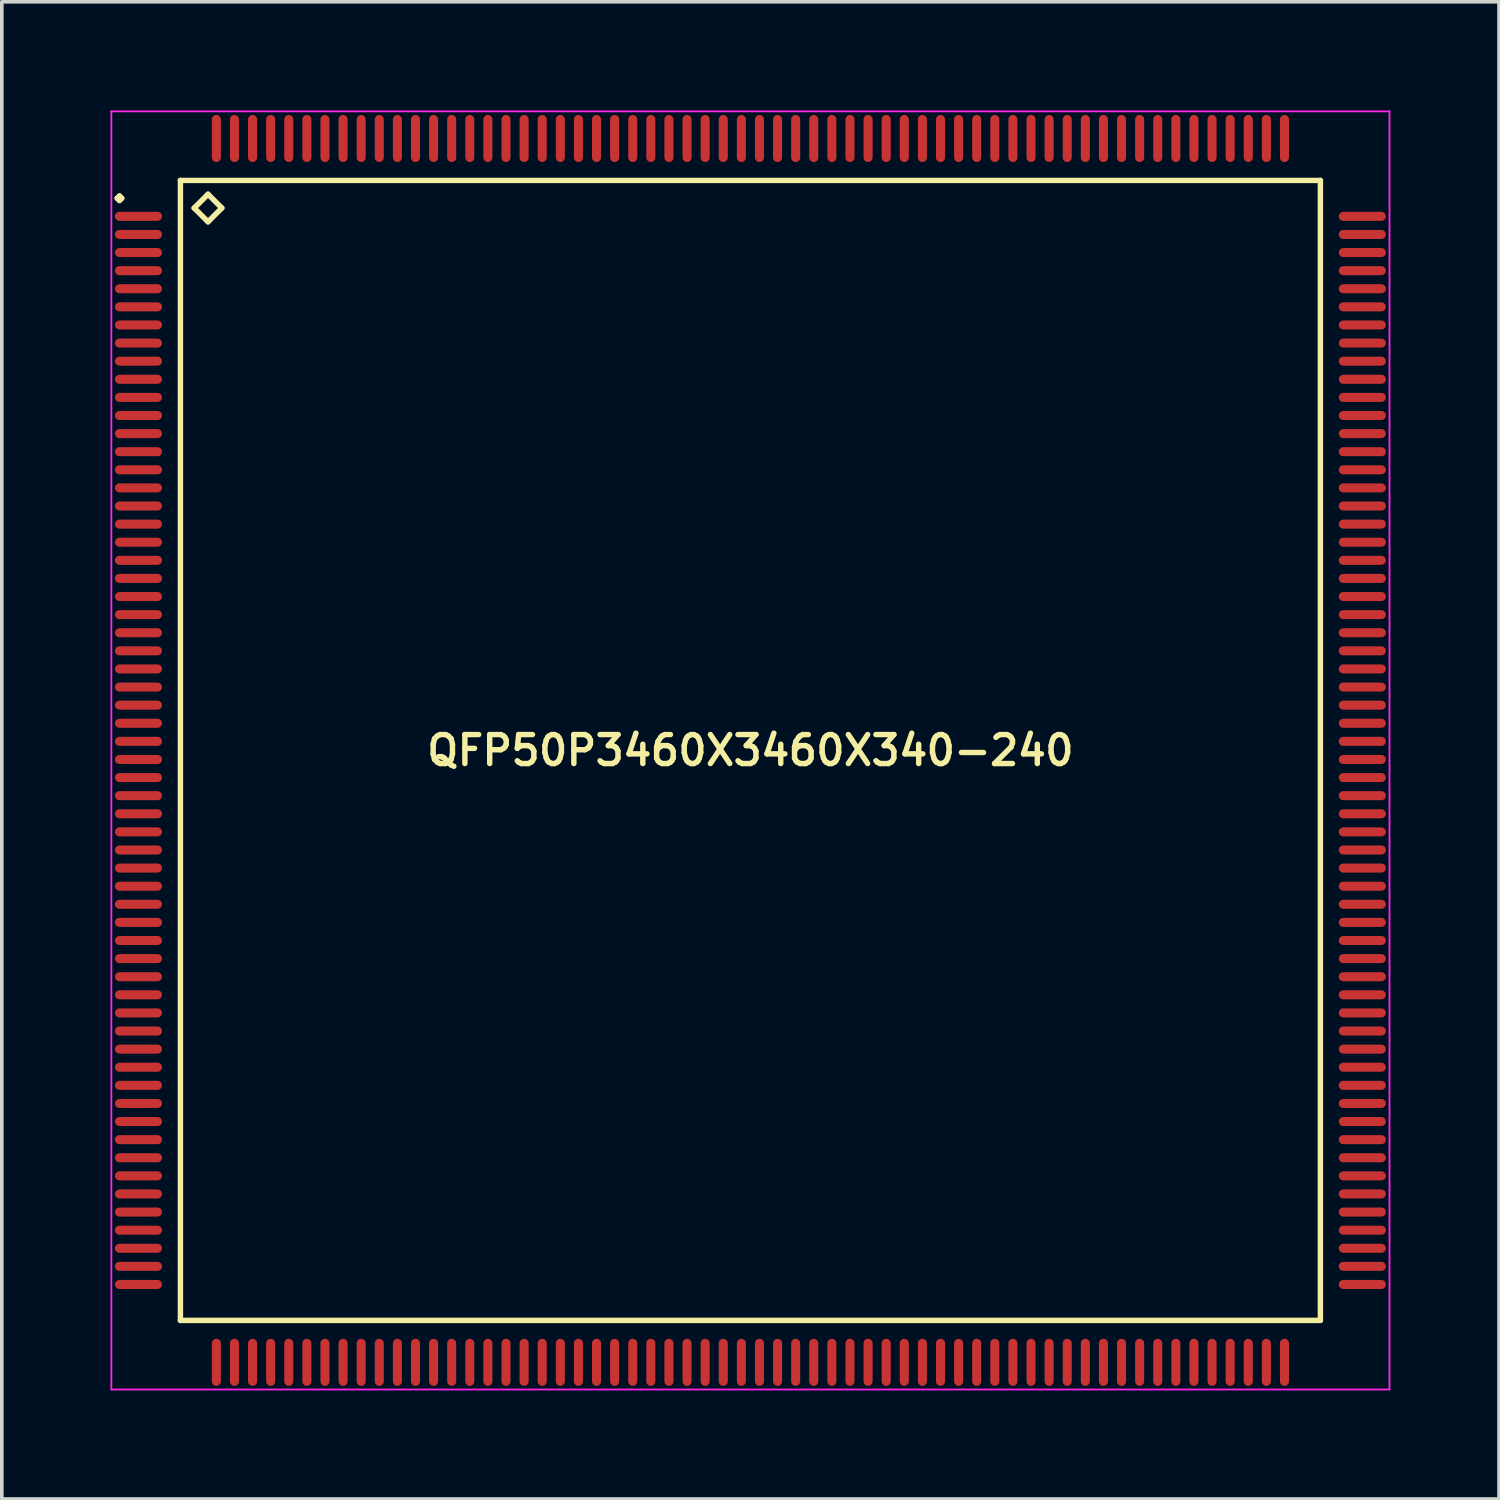
<source format=kicad_pcb>
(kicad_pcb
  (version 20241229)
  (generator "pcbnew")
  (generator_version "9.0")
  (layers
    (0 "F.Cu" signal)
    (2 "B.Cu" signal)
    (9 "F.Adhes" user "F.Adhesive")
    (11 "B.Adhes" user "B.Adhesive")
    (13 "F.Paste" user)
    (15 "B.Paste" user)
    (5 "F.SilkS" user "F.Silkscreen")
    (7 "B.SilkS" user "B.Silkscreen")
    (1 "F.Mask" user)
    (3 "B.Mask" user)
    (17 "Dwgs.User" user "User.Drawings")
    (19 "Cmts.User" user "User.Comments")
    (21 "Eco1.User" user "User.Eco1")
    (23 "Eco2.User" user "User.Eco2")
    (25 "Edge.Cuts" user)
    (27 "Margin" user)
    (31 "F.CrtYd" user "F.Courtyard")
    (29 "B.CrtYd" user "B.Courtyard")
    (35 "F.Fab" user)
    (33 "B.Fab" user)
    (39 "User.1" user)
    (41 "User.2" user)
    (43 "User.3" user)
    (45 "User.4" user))
  (footprint "QFP50P3460X3460X340-240"
    (layer "F.Cu")
    (at 17.675 17.675)
    (property "Reference" "QFP50P3460X3460X340-240" (at 0 0 0) (layer "F.SilkS") (effects (font (size 0.8 0.8) (thickness 0.15))))
    (attr smd)
    (fp_line (start -17.488 -15.25) (end -17.425 -15.312) (stroke (width 0.15) (type solid)) (layer "F.SilkS"))
    (fp_line (start -17.425 -15.312) (end -17.363 -15.25) (stroke (width 0.15) (type solid)) (layer "F.SilkS"))
    (fp_line (start -17.425 -15.188) (end -17.488 -15.25) (stroke (width 0.15) (type solid)) (layer "F.SilkS"))
    (fp_line (start -17.363 -15.25) (end -17.425 -15.188) (stroke (width 0.15) (type solid)) (layer "F.SilkS"))
    (fp_line (start -15.742 -15.742) (end -15.742 15.742) (stroke (width 0.15) (type solid)) (layer "F.SilkS"))
    (fp_line (start -15.742 15.742) (end 15.742 15.742) (stroke (width 0.15) (type solid)) (layer "F.SilkS"))
    (fp_line (start -15.361 -14.98) (end -14.98 -15.361) (stroke (width 0.15) (type solid)) (layer "F.SilkS"))
    (fp_line (start -14.98 -15.361) (end -14.599 -14.98) (stroke (width 0.15) (type solid)) (layer "F.SilkS"))
    (fp_line (start -14.98 -14.599) (end -15.361 -14.98) (stroke (width 0.15) (type solid)) (layer "F.SilkS"))
    (fp_line (start -14.599 -14.98) (end -14.98 -14.599) (stroke (width 0.15) (type solid)) (layer "F.SilkS"))
    (fp_line (start 15.742 -15.742) (end -15.742 -15.742) (stroke (width 0.15) (type solid)) (layer "F.SilkS"))
    (fp_line (start 15.742 15.742) (end 15.742 -15.742) (stroke (width 0.15) (type solid)) (layer "F.SilkS"))
    (fp_line (start -17.65 -17.65) (end 17.65 -17.65) (stroke (width 0.05) (type solid)) (layer "F.CrtYd"))
    (fp_line (start -17.65 17.65) (end -17.65 -17.65) (stroke (width 0.05) (type solid)) (layer "F.CrtYd"))
    (fp_line (start 17.65 -17.65) (end 17.65 17.65) (stroke (width 0.05) (type solid)) (layer "F.CrtYd"))
    (fp_line (start 17.65 17.65) (end -17.65 17.65) (stroke (width 0.05) (type solid)) (layer "F.CrtYd"))
    (pad "1" smd oval (at -16.9 -14.75) (size 1.3 0.25) (layers "F.Cu" "F.Mask" "F.Paste"))
    (pad "2" smd oval (at -16.9 -14.25) (size 1.3 0.25) (layers "F.Cu" "F.Mask" "F.Paste"))
    (pad "3" smd oval (at -16.9 -13.75) (size 1.3 0.25) (layers "F.Cu" "F.Mask" "F.Paste"))
    (pad "4" smd oval (at -16.9 -13.25) (size 1.3 0.25) (layers "F.Cu" "F.Mask" "F.Paste"))
    (pad "5" smd oval (at -16.9 -12.75) (size 1.3 0.25) (layers "F.Cu" "F.Mask" "F.Paste"))
    (pad "6" smd oval (at -16.9 -12.25) (size 1.3 0.25) (layers "F.Cu" "F.Mask" "F.Paste"))
    (pad "7" smd oval (at -16.9 -11.75) (size 1.3 0.25) (layers "F.Cu" "F.Mask" "F.Paste"))
    (pad "8" smd oval (at -16.9 -11.25) (size 1.3 0.25) (layers "F.Cu" "F.Mask" "F.Paste"))
    (pad "9" smd oval (at -16.9 -10.75) (size 1.3 0.25) (layers "F.Cu" "F.Mask" "F.Paste"))
    (pad "10" smd oval (at -16.9 -10.25) (size 1.3 0.25) (layers "F.Cu" "F.Mask" "F.Paste"))
    (pad "11" smd oval (at -16.9 -9.75) (size 1.3 0.25) (layers "F.Cu" "F.Mask" "F.Paste"))
    (pad "12" smd oval (at -16.9 -9.25) (size 1.3 0.25) (layers "F.Cu" "F.Mask" "F.Paste"))
    (pad "13" smd oval (at -16.9 -8.75) (size 1.3 0.25) (layers "F.Cu" "F.Mask" "F.Paste"))
    (pad "14" smd oval (at -16.9 -8.25) (size 1.3 0.25) (layers "F.Cu" "F.Mask" "F.Paste"))
    (pad "15" smd oval (at -16.9 -7.75) (size 1.3 0.25) (layers "F.Cu" "F.Mask" "F.Paste"))
    (pad "16" smd oval (at -16.9 -7.25) (size 1.3 0.25) (layers "F.Cu" "F.Mask" "F.Paste"))
    (pad "17" smd oval (at -16.9 -6.75) (size 1.3 0.25) (layers "F.Cu" "F.Mask" "F.Paste"))
    (pad "18" smd oval (at -16.9 -6.25) (size 1.3 0.25) (layers "F.Cu" "F.Mask" "F.Paste"))
    (pad "19" smd oval (at -16.9 -5.75) (size 1.3 0.25) (layers "F.Cu" "F.Mask" "F.Paste"))
    (pad "20" smd oval (at -16.9 -5.25) (size 1.3 0.25) (layers "F.Cu" "F.Mask" "F.Paste"))
    (pad "21" smd oval (at -16.9 -4.75) (size 1.3 0.25) (layers "F.Cu" "F.Mask" "F.Paste"))
    (pad "22" smd oval (at -16.9 -4.25) (size 1.3 0.25) (layers "F.Cu" "F.Mask" "F.Paste"))
    (pad "23" smd oval (at -16.9 -3.75) (size 1.3 0.25) (layers "F.Cu" "F.Mask" "F.Paste"))
    (pad "24" smd oval (at -16.9 -3.25) (size 1.3 0.25) (layers "F.Cu" "F.Mask" "F.Paste"))
    (pad "25" smd oval (at -16.9 -2.75) (size 1.3 0.25) (layers "F.Cu" "F.Mask" "F.Paste"))
    (pad "26" smd oval (at -16.9 -2.25) (size 1.3 0.25) (layers "F.Cu" "F.Mask" "F.Paste"))
    (pad "27" smd oval (at -16.9 -1.75) (size 1.3 0.25) (layers "F.Cu" "F.Mask" "F.Paste"))
    (pad "28" smd oval (at -16.9 -1.25) (size 1.3 0.25) (layers "F.Cu" "F.Mask" "F.Paste"))
    (pad "29" smd oval (at -16.9 -0.75) (size 1.3 0.25) (layers "F.Cu" "F.Mask" "F.Paste"))
    (pad "30" smd oval (at -16.9 -0.25) (size 1.3 0.25) (layers "F.Cu" "F.Mask" "F.Paste"))
    (pad "31" smd oval (at -16.9 0.25) (size 1.3 0.25) (layers "F.Cu" "F.Mask" "F.Paste"))
    (pad "32" smd oval (at -16.9 0.75) (size 1.3 0.25) (layers "F.Cu" "F.Mask" "F.Paste"))
    (pad "33" smd oval (at -16.9 1.25) (size 1.3 0.25) (layers "F.Cu" "F.Mask" "F.Paste"))
    (pad "34" smd oval (at -16.9 1.75) (size 1.3 0.25) (layers "F.Cu" "F.Mask" "F.Paste"))
    (pad "35" smd oval (at -16.9 2.25) (size 1.3 0.25) (layers "F.Cu" "F.Mask" "F.Paste"))
    (pad "36" smd oval (at -16.9 2.75) (size 1.3 0.25) (layers "F.Cu" "F.Mask" "F.Paste"))
    (pad "37" smd oval (at -16.9 3.25) (size 1.3 0.25) (layers "F.Cu" "F.Mask" "F.Paste"))
    (pad "38" smd oval (at -16.9 3.75) (size 1.3 0.25) (layers "F.Cu" "F.Mask" "F.Paste"))
    (pad "39" smd oval (at -16.9 4.25) (size 1.3 0.25) (layers "F.Cu" "F.Mask" "F.Paste"))
    (pad "40" smd oval (at -16.9 4.75) (size 1.3 0.25) (layers "F.Cu" "F.Mask" "F.Paste"))
    (pad "41" smd oval (at -16.9 5.25) (size 1.3 0.25) (layers "F.Cu" "F.Mask" "F.Paste"))
    (pad "42" smd oval (at -16.9 5.75) (size 1.3 0.25) (layers "F.Cu" "F.Mask" "F.Paste"))
    (pad "43" smd oval (at -16.9 6.25) (size 1.3 0.25) (layers "F.Cu" "F.Mask" "F.Paste"))
    (pad "44" smd oval (at -16.9 6.75) (size 1.3 0.25) (layers "F.Cu" "F.Mask" "F.Paste"))
    (pad "45" smd oval (at -16.9 7.25) (size 1.3 0.25) (layers "F.Cu" "F.Mask" "F.Paste"))
    (pad "46" smd oval (at -16.9 7.75) (size 1.3 0.25) (layers "F.Cu" "F.Mask" "F.Paste"))
    (pad "47" smd oval (at -16.9 8.25) (size 1.3 0.25) (layers "F.Cu" "F.Mask" "F.Paste"))
    (pad "48" smd oval (at -16.9 8.75) (size 1.3 0.25) (layers "F.Cu" "F.Mask" "F.Paste"))
    (pad "49" smd oval (at -16.9 9.25) (size 1.3 0.25) (layers "F.Cu" "F.Mask" "F.Paste"))
    (pad "50" smd oval (at -16.9 9.75) (size 1.3 0.25) (layers "F.Cu" "F.Mask" "F.Paste"))
    (pad "51" smd oval (at -16.9 10.25) (size 1.3 0.25) (layers "F.Cu" "F.Mask" "F.Paste"))
    (pad "52" smd oval (at -16.9 10.75) (size 1.3 0.25) (layers "F.Cu" "F.Mask" "F.Paste"))
    (pad "53" smd oval (at -16.9 11.25) (size 1.3 0.25) (layers "F.Cu" "F.Mask" "F.Paste"))
    (pad "54" smd oval (at -16.9 11.75) (size 1.3 0.25) (layers "F.Cu" "F.Mask" "F.Paste"))
    (pad "55" smd oval (at -16.9 12.25) (size 1.3 0.25) (layers "F.Cu" "F.Mask" "F.Paste"))
    (pad "56" smd oval (at -16.9 12.75) (size 1.3 0.25) (layers "F.Cu" "F.Mask" "F.Paste"))
    (pad "57" smd oval (at -16.9 13.25) (size 1.3 0.25) (layers "F.Cu" "F.Mask" "F.Paste"))
    (pad "58" smd oval (at -16.9 13.75) (size 1.3 0.25) (layers "F.Cu" "F.Mask" "F.Paste"))
    (pad "59" smd oval (at -16.9 14.25) (size 1.3 0.25) (layers "F.Cu" "F.Mask" "F.Paste"))
    (pad "60" smd oval (at -16.9 14.75) (size 1.3 0.25) (layers "F.Cu" "F.Mask" "F.Paste"))
    (pad "61" smd oval (at -14.75 16.9) (size 0.25 1.3) (layers "F.Cu" "F.Mask" "F.Paste"))
    (pad "62" smd oval (at -14.25 16.9) (size 0.25 1.3) (layers "F.Cu" "F.Mask" "F.Paste"))
    (pad "63" smd oval (at -13.75 16.9) (size 0.25 1.3) (layers "F.Cu" "F.Mask" "F.Paste"))
    (pad "64" smd oval (at -13.25 16.9) (size 0.25 1.3) (layers "F.Cu" "F.Mask" "F.Paste"))
    (pad "65" smd oval (at -12.75 16.9) (size 0.25 1.3) (layers "F.Cu" "F.Mask" "F.Paste"))
    (pad "66" smd oval (at -12.25 16.9) (size 0.25 1.3) (layers "F.Cu" "F.Mask" "F.Paste"))
    (pad "67" smd oval (at -11.75 16.9) (size 0.25 1.3) (layers "F.Cu" "F.Mask" "F.Paste"))
    (pad "68" smd oval (at -11.25 16.9) (size 0.25 1.3) (layers "F.Cu" "F.Mask" "F.Paste"))
    (pad "69" smd oval (at -10.75 16.9) (size 0.25 1.3) (layers "F.Cu" "F.Mask" "F.Paste"))
    (pad "70" smd oval (at -10.25 16.9) (size 0.25 1.3) (layers "F.Cu" "F.Mask" "F.Paste"))
    (pad "71" smd oval (at -9.75 16.9) (size 0.25 1.3) (layers "F.Cu" "F.Mask" "F.Paste"))
    (pad "72" smd oval (at -9.25 16.9) (size 0.25 1.3) (layers "F.Cu" "F.Mask" "F.Paste"))
    (pad "73" smd oval (at -8.75 16.9) (size 0.25 1.3) (layers "F.Cu" "F.Mask" "F.Paste"))
    (pad "74" smd oval (at -8.25 16.9) (size 0.25 1.3) (layers "F.Cu" "F.Mask" "F.Paste"))
    (pad "75" smd oval (at -7.75 16.9) (size 0.25 1.3) (layers "F.Cu" "F.Mask" "F.Paste"))
    (pad "76" smd oval (at -7.25 16.9) (size 0.25 1.3) (layers "F.Cu" "F.Mask" "F.Paste"))
    (pad "77" smd oval (at -6.75 16.9) (size 0.25 1.3) (layers "F.Cu" "F.Mask" "F.Paste"))
    (pad "78" smd oval (at -6.25 16.9) (size 0.25 1.3) (layers "F.Cu" "F.Mask" "F.Paste"))
    (pad "79" smd oval (at -5.75 16.9) (size 0.25 1.3) (layers "F.Cu" "F.Mask" "F.Paste"))
    (pad "80" smd oval (at -5.25 16.9) (size 0.25 1.3) (layers "F.Cu" "F.Mask" "F.Paste"))
    (pad "81" smd oval (at -4.75 16.9) (size 0.25 1.3) (layers "F.Cu" "F.Mask" "F.Paste"))
    (pad "82" smd oval (at -4.25 16.9) (size 0.25 1.3) (layers "F.Cu" "F.Mask" "F.Paste"))
    (pad "83" smd oval (at -3.75 16.9) (size 0.25 1.3) (layers "F.Cu" "F.Mask" "F.Paste"))
    (pad "84" smd oval (at -3.25 16.9) (size 0.25 1.3) (layers "F.Cu" "F.Mask" "F.Paste"))
    (pad "85" smd oval (at -2.75 16.9) (size 0.25 1.3) (layers "F.Cu" "F.Mask" "F.Paste"))
    (pad "86" smd oval (at -2.25 16.9) (size 0.25 1.3) (layers "F.Cu" "F.Mask" "F.Paste"))
    (pad "87" smd oval (at -1.75 16.9) (size 0.25 1.3) (layers "F.Cu" "F.Mask" "F.Paste"))
    (pad "88" smd oval (at -1.25 16.9) (size 0.25 1.3) (layers "F.Cu" "F.Mask" "F.Paste"))
    (pad "89" smd oval (at -0.75 16.9) (size 0.25 1.3) (layers "F.Cu" "F.Mask" "F.Paste"))
    (pad "90" smd oval (at -0.25 16.9) (size 0.25 1.3) (layers "F.Cu" "F.Mask" "F.Paste"))
    (pad "91" smd oval (at 0.25 16.9) (size 0.25 1.3) (layers "F.Cu" "F.Mask" "F.Paste"))
    (pad "92" smd oval (at 0.75 16.9) (size 0.25 1.3) (layers "F.Cu" "F.Mask" "F.Paste"))
    (pad "93" smd oval (at 1.25 16.9) (size 0.25 1.3) (layers "F.Cu" "F.Mask" "F.Paste"))
    (pad "94" smd oval (at 1.75 16.9) (size 0.25 1.3) (layers "F.Cu" "F.Mask" "F.Paste"))
    (pad "95" smd oval (at 2.25 16.9) (size 0.25 1.3) (layers "F.Cu" "F.Mask" "F.Paste"))
    (pad "96" smd oval (at 2.75 16.9) (size 0.25 1.3) (layers "F.Cu" "F.Mask" "F.Paste"))
    (pad "97" smd oval (at 3.25 16.9) (size 0.25 1.3) (layers "F.Cu" "F.Mask" "F.Paste"))
    (pad "98" smd oval (at 3.75 16.9) (size 0.25 1.3) (layers "F.Cu" "F.Mask" "F.Paste"))
    (pad "99" smd oval (at 4.25 16.9) (size 0.25 1.3) (layers "F.Cu" "F.Mask" "F.Paste"))
    (pad "100" smd oval (at 4.75 16.9) (size 0.25 1.3) (layers "F.Cu" "F.Mask" "F.Paste"))
    (pad "101" smd oval (at 5.25 16.9) (size 0.25 1.3) (layers "F.Cu" "F.Mask" "F.Paste"))
    (pad "102" smd oval (at 5.75 16.9) (size 0.25 1.3) (layers "F.Cu" "F.Mask" "F.Paste"))
    (pad "103" smd oval (at 6.25 16.9) (size 0.25 1.3) (layers "F.Cu" "F.Mask" "F.Paste"))
    (pad "104" smd oval (at 6.75 16.9) (size 0.25 1.3) (layers "F.Cu" "F.Mask" "F.Paste"))
    (pad "105" smd oval (at 7.25 16.9) (size 0.25 1.3) (layers "F.Cu" "F.Mask" "F.Paste"))
    (pad "106" smd oval (at 7.75 16.9) (size 0.25 1.3) (layers "F.Cu" "F.Mask" "F.Paste"))
    (pad "107" smd oval (at 8.25 16.9) (size 0.25 1.3) (layers "F.Cu" "F.Mask" "F.Paste"))
    (pad "108" smd oval (at 8.75 16.9) (size 0.25 1.3) (layers "F.Cu" "F.Mask" "F.Paste"))
    (pad "109" smd oval (at 9.25 16.9) (size 0.25 1.3) (layers "F.Cu" "F.Mask" "F.Paste"))
    (pad "110" smd oval (at 9.75 16.9) (size 0.25 1.3) (layers "F.Cu" "F.Mask" "F.Paste"))
    (pad "111" smd oval (at 10.25 16.9) (size 0.25 1.3) (layers "F.Cu" "F.Mask" "F.Paste"))
    (pad "112" smd oval (at 10.75 16.9) (size 0.25 1.3) (layers "F.Cu" "F.Mask" "F.Paste"))
    (pad "113" smd oval (at 11.25 16.9) (size 0.25 1.3) (layers "F.Cu" "F.Mask" "F.Paste"))
    (pad "114" smd oval (at 11.75 16.9) (size 0.25 1.3) (layers "F.Cu" "F.Mask" "F.Paste"))
    (pad "115" smd oval (at 12.25 16.9) (size 0.25 1.3) (layers "F.Cu" "F.Mask" "F.Paste"))
    (pad "116" smd oval (at 12.75 16.9) (size 0.25 1.3) (layers "F.Cu" "F.Mask" "F.Paste"))
    (pad "117" smd oval (at 13.25 16.9) (size 0.25 1.3) (layers "F.Cu" "F.Mask" "F.Paste"))
    (pad "118" smd oval (at 13.75 16.9) (size 0.25 1.3) (layers "F.Cu" "F.Mask" "F.Paste"))
    (pad "119" smd oval (at 14.25 16.9) (size 0.25 1.3) (layers "F.Cu" "F.Mask" "F.Paste"))
    (pad "120" smd oval (at 14.75 16.9) (size 0.25 1.3) (layers "F.Cu" "F.Mask" "F.Paste"))
    (pad "121" smd oval (at 16.9 14.75) (size 1.3 0.25) (layers "F.Cu" "F.Mask" "F.Paste"))
    (pad "122" smd oval (at 16.9 14.25) (size 1.3 0.25) (layers "F.Cu" "F.Mask" "F.Paste"))
    (pad "123" smd oval (at 16.9 13.75) (size 1.3 0.25) (layers "F.Cu" "F.Mask" "F.Paste"))
    (pad "124" smd oval (at 16.9 13.25) (size 1.3 0.25) (layers "F.Cu" "F.Mask" "F.Paste"))
    (pad "125" smd oval (at 16.9 12.75) (size 1.3 0.25) (layers "F.Cu" "F.Mask" "F.Paste"))
    (pad "126" smd oval (at 16.9 12.25) (size 1.3 0.25) (layers "F.Cu" "F.Mask" "F.Paste"))
    (pad "127" smd oval (at 16.9 11.75) (size 1.3 0.25) (layers "F.Cu" "F.Mask" "F.Paste"))
    (pad "128" smd oval (at 16.9 11.25) (size 1.3 0.25) (layers "F.Cu" "F.Mask" "F.Paste"))
    (pad "129" smd oval (at 16.9 10.75) (size 1.3 0.25) (layers "F.Cu" "F.Mask" "F.Paste"))
    (pad "130" smd oval (at 16.9 10.25) (size 1.3 0.25) (layers "F.Cu" "F.Mask" "F.Paste"))
    (pad "131" smd oval (at 16.9 9.75) (size 1.3 0.25) (layers "F.Cu" "F.Mask" "F.Paste"))
    (pad "132" smd oval (at 16.9 9.25) (size 1.3 0.25) (layers "F.Cu" "F.Mask" "F.Paste"))
    (pad "133" smd oval (at 16.9 8.75) (size 1.3 0.25) (layers "F.Cu" "F.Mask" "F.Paste"))
    (pad "134" smd oval (at 16.9 8.25) (size 1.3 0.25) (layers "F.Cu" "F.Mask" "F.Paste"))
    (pad "135" smd oval (at 16.9 7.75) (size 1.3 0.25) (layers "F.Cu" "F.Mask" "F.Paste"))
    (pad "136" smd oval (at 16.9 7.25) (size 1.3 0.25) (layers "F.Cu" "F.Mask" "F.Paste"))
    (pad "137" smd oval (at 16.9 6.75) (size 1.3 0.25) (layers "F.Cu" "F.Mask" "F.Paste"))
    (pad "138" smd oval (at 16.9 6.25) (size 1.3 0.25) (layers "F.Cu" "F.Mask" "F.Paste"))
    (pad "139" smd oval (at 16.9 5.75) (size 1.3 0.25) (layers "F.Cu" "F.Mask" "F.Paste"))
    (pad "140" smd oval (at 16.9 5.25) (size 1.3 0.25) (layers "F.Cu" "F.Mask" "F.Paste"))
    (pad "141" smd oval (at 16.9 4.75) (size 1.3 0.25) (layers "F.Cu" "F.Mask" "F.Paste"))
    (pad "142" smd oval (at 16.9 4.25) (size 1.3 0.25) (layers "F.Cu" "F.Mask" "F.Paste"))
    (pad "143" smd oval (at 16.9 3.75) (size 1.3 0.25) (layers "F.Cu" "F.Mask" "F.Paste"))
    (pad "144" smd oval (at 16.9 3.25) (size 1.3 0.25) (layers "F.Cu" "F.Mask" "F.Paste"))
    (pad "145" smd oval (at 16.9 2.75) (size 1.3 0.25) (layers "F.Cu" "F.Mask" "F.Paste"))
    (pad "146" smd oval (at 16.9 2.25) (size 1.3 0.25) (layers "F.Cu" "F.Mask" "F.Paste"))
    (pad "147" smd oval (at 16.9 1.75) (size 1.3 0.25) (layers "F.Cu" "F.Mask" "F.Paste"))
    (pad "148" smd oval (at 16.9 1.25) (size 1.3 0.25) (layers "F.Cu" "F.Mask" "F.Paste"))
    (pad "149" smd oval (at 16.9 0.75) (size 1.3 0.25) (layers "F.Cu" "F.Mask" "F.Paste"))
    (pad "150" smd oval (at 16.9 0.25) (size 1.3 0.25) (layers "F.Cu" "F.Mask" "F.Paste"))
    (pad "151" smd oval (at 16.9 -0.25) (size 1.3 0.25) (layers "F.Cu" "F.Mask" "F.Paste"))
    (pad "152" smd oval (at 16.9 -0.75) (size 1.3 0.25) (layers "F.Cu" "F.Mask" "F.Paste"))
    (pad "153" smd oval (at 16.9 -1.25) (size 1.3 0.25) (layers "F.Cu" "F.Mask" "F.Paste"))
    (pad "154" smd oval (at 16.9 -1.75) (size 1.3 0.25) (layers "F.Cu" "F.Mask" "F.Paste"))
    (pad "155" smd oval (at 16.9 -2.25) (size 1.3 0.25) (layers "F.Cu" "F.Mask" "F.Paste"))
    (pad "156" smd oval (at 16.9 -2.75) (size 1.3 0.25) (layers "F.Cu" "F.Mask" "F.Paste"))
    (pad "157" smd oval (at 16.9 -3.25) (size 1.3 0.25) (layers "F.Cu" "F.Mask" "F.Paste"))
    (pad "158" smd oval (at 16.9 -3.75) (size 1.3 0.25) (layers "F.Cu" "F.Mask" "F.Paste"))
    (pad "159" smd oval (at 16.9 -4.25) (size 1.3 0.25) (layers "F.Cu" "F.Mask" "F.Paste"))
    (pad "160" smd oval (at 16.9 -4.75) (size 1.3 0.25) (layers "F.Cu" "F.Mask" "F.Paste"))
    (pad "161" smd oval (at 16.9 -5.25) (size 1.3 0.25) (layers "F.Cu" "F.Mask" "F.Paste"))
    (pad "162" smd oval (at 16.9 -5.75) (size 1.3 0.25) (layers "F.Cu" "F.Mask" "F.Paste"))
    (pad "163" smd oval (at 16.9 -6.25) (size 1.3 0.25) (layers "F.Cu" "F.Mask" "F.Paste"))
    (pad "164" smd oval (at 16.9 -6.75) (size 1.3 0.25) (layers "F.Cu" "F.Mask" "F.Paste"))
    (pad "165" smd oval (at 16.9 -7.25) (size 1.3 0.25) (layers "F.Cu" "F.Mask" "F.Paste"))
    (pad "166" smd oval (at 16.9 -7.75) (size 1.3 0.25) (layers "F.Cu" "F.Mask" "F.Paste"))
    (pad "167" smd oval (at 16.9 -8.25) (size 1.3 0.25) (layers "F.Cu" "F.Mask" "F.Paste"))
    (pad "168" smd oval (at 16.9 -8.75) (size 1.3 0.25) (layers "F.Cu" "F.Mask" "F.Paste"))
    (pad "169" smd oval (at 16.9 -9.25) (size 1.3 0.25) (layers "F.Cu" "F.Mask" "F.Paste"))
    (pad "170" smd oval (at 16.9 -9.75) (size 1.3 0.25) (layers "F.Cu" "F.Mask" "F.Paste"))
    (pad "171" smd oval (at 16.9 -10.25) (size 1.3 0.25) (layers "F.Cu" "F.Mask" "F.Paste"))
    (pad "172" smd oval (at 16.9 -10.75) (size 1.3 0.25) (layers "F.Cu" "F.Mask" "F.Paste"))
    (pad "173" smd oval (at 16.9 -11.25) (size 1.3 0.25) (layers "F.Cu" "F.Mask" "F.Paste"))
    (pad "174" smd oval (at 16.9 -11.75) (size 1.3 0.25) (layers "F.Cu" "F.Mask" "F.Paste"))
    (pad "175" smd oval (at 16.9 -12.25) (size 1.3 0.25) (layers "F.Cu" "F.Mask" "F.Paste"))
    (pad "176" smd oval (at 16.9 -12.75) (size 1.3 0.25) (layers "F.Cu" "F.Mask" "F.Paste"))
    (pad "177" smd oval (at 16.9 -13.25) (size 1.3 0.25) (layers "F.Cu" "F.Mask" "F.Paste"))
    (pad "178" smd oval (at 16.9 -13.75) (size 1.3 0.25) (layers "F.Cu" "F.Mask" "F.Paste"))
    (pad "179" smd oval (at 16.9 -14.25) (size 1.3 0.25) (layers "F.Cu" "F.Mask" "F.Paste"))
    (pad "180" smd oval (at 16.9 -14.75) (size 1.3 0.25) (layers "F.Cu" "F.Mask" "F.Paste"))
    (pad "181" smd oval (at 14.75 -16.9) (size 0.25 1.3) (layers "F.Cu" "F.Mask" "F.Paste"))
    (pad "182" smd oval (at 14.25 -16.9) (size 0.25 1.3) (layers "F.Cu" "F.Mask" "F.Paste"))
    (pad "183" smd oval (at 13.75 -16.9) (size 0.25 1.3) (layers "F.Cu" "F.Mask" "F.Paste"))
    (pad "184" smd oval (at 13.25 -16.9) (size 0.25 1.3) (layers "F.Cu" "F.Mask" "F.Paste"))
    (pad "185" smd oval (at 12.75 -16.9) (size 0.25 1.3) (layers "F.Cu" "F.Mask" "F.Paste"))
    (pad "186" smd oval (at 12.25 -16.9) (size 0.25 1.3) (layers "F.Cu" "F.Mask" "F.Paste"))
    (pad "187" smd oval (at 11.75 -16.9) (size 0.25 1.3) (layers "F.Cu" "F.Mask" "F.Paste"))
    (pad "188" smd oval (at 11.25 -16.9) (size 0.25 1.3) (layers "F.Cu" "F.Mask" "F.Paste"))
    (pad "189" smd oval (at 10.75 -16.9) (size 0.25 1.3) (layers "F.Cu" "F.Mask" "F.Paste"))
    (pad "190" smd oval (at 10.25 -16.9) (size 0.25 1.3) (layers "F.Cu" "F.Mask" "F.Paste"))
    (pad "191" smd oval (at 9.75 -16.9) (size 0.25 1.3) (layers "F.Cu" "F.Mask" "F.Paste"))
    (pad "192" smd oval (at 9.25 -16.9) (size 0.25 1.3) (layers "F.Cu" "F.Mask" "F.Paste"))
    (pad "193" smd oval (at 8.75 -16.9) (size 0.25 1.3) (layers "F.Cu" "F.Mask" "F.Paste"))
    (pad "194" smd oval (at 8.25 -16.9) (size 0.25 1.3) (layers "F.Cu" "F.Mask" "F.Paste"))
    (pad "195" smd oval (at 7.75 -16.9) (size 0.25 1.3) (layers "F.Cu" "F.Mask" "F.Paste"))
    (pad "196" smd oval (at 7.25 -16.9) (size 0.25 1.3) (layers "F.Cu" "F.Mask" "F.Paste"))
    (pad "197" smd oval (at 6.75 -16.9) (size 0.25 1.3) (layers "F.Cu" "F.Mask" "F.Paste"))
    (pad "198" smd oval (at 6.25 -16.9) (size 0.25 1.3) (layers "F.Cu" "F.Mask" "F.Paste"))
    (pad "199" smd oval (at 5.75 -16.9) (size 0.25 1.3) (layers "F.Cu" "F.Mask" "F.Paste"))
    (pad "200" smd oval (at 5.25 -16.9) (size 0.25 1.3) (layers "F.Cu" "F.Mask" "F.Paste"))
    (pad "201" smd oval (at 4.75 -16.9) (size 0.25 1.3) (layers "F.Cu" "F.Mask" "F.Paste"))
    (pad "202" smd oval (at 4.25 -16.9) (size 0.25 1.3) (layers "F.Cu" "F.Mask" "F.Paste"))
    (pad "203" smd oval (at 3.75 -16.9) (size 0.25 1.3) (layers "F.Cu" "F.Mask" "F.Paste"))
    (pad "204" smd oval (at 3.25 -16.9) (size 0.25 1.3) (layers "F.Cu" "F.Mask" "F.Paste"))
    (pad "205" smd oval (at 2.75 -16.9) (size 0.25 1.3) (layers "F.Cu" "F.Mask" "F.Paste"))
    (pad "206" smd oval (at 2.25 -16.9) (size 0.25 1.3) (layers "F.Cu" "F.Mask" "F.Paste"))
    (pad "207" smd oval (at 1.75 -16.9) (size 0.25 1.3) (layers "F.Cu" "F.Mask" "F.Paste"))
    (pad "208" smd oval (at 1.25 -16.9) (size 0.25 1.3) (layers "F.Cu" "F.Mask" "F.Paste"))
    (pad "209" smd oval (at 0.75 -16.9) (size 0.25 1.3) (layers "F.Cu" "F.Mask" "F.Paste"))
    (pad "210" smd oval (at 0.25 -16.9) (size 0.25 1.3) (layers "F.Cu" "F.Mask" "F.Paste"))
    (pad "211" smd oval (at -0.25 -16.9) (size 0.25 1.3) (layers "F.Cu" "F.Mask" "F.Paste"))
    (pad "212" smd oval (at -0.75 -16.9) (size 0.25 1.3) (layers "F.Cu" "F.Mask" "F.Paste"))
    (pad "213" smd oval (at -1.25 -16.9) (size 0.25 1.3) (layers "F.Cu" "F.Mask" "F.Paste"))
    (pad "214" smd oval (at -1.75 -16.9) (size 0.25 1.3) (layers "F.Cu" "F.Mask" "F.Paste"))
    (pad "215" smd oval (at -2.25 -16.9) (size 0.25 1.3) (layers "F.Cu" "F.Mask" "F.Paste"))
    (pad "216" smd oval (at -2.75 -16.9) (size 0.25 1.3) (layers "F.Cu" "F.Mask" "F.Paste"))
    (pad "217" smd oval (at -3.25 -16.9) (size 0.25 1.3) (layers "F.Cu" "F.Mask" "F.Paste"))
    (pad "218" smd oval (at -3.75 -16.9) (size 0.25 1.3) (layers "F.Cu" "F.Mask" "F.Paste"))
    (pad "219" smd oval (at -4.25 -16.9) (size 0.25 1.3) (layers "F.Cu" "F.Mask" "F.Paste"))
    (pad "220" smd oval (at -4.75 -16.9) (size 0.25 1.3) (layers "F.Cu" "F.Mask" "F.Paste"))
    (pad "221" smd oval (at -5.25 -16.9) (size 0.25 1.3) (layers "F.Cu" "F.Mask" "F.Paste"))
    (pad "222" smd oval (at -5.75 -16.9) (size 0.25 1.3) (layers "F.Cu" "F.Mask" "F.Paste"))
    (pad "223" smd oval (at -6.25 -16.9) (size 0.25 1.3) (layers "F.Cu" "F.Mask" "F.Paste"))
    (pad "224" smd oval (at -6.75 -16.9) (size 0.25 1.3) (layers "F.Cu" "F.Mask" "F.Paste"))
    (pad "225" smd oval (at -7.25 -16.9) (size 0.25 1.3) (layers "F.Cu" "F.Mask" "F.Paste"))
    (pad "226" smd oval (at -7.75 -16.9) (size 0.25 1.3) (layers "F.Cu" "F.Mask" "F.Paste"))
    (pad "227" smd oval (at -8.25 -16.9) (size 0.25 1.3) (layers "F.Cu" "F.Mask" "F.Paste"))
    (pad "228" smd oval (at -8.75 -16.9) (size 0.25 1.3) (layers "F.Cu" "F.Mask" "F.Paste"))
    (pad "229" smd oval (at -9.25 -16.9) (size 0.25 1.3) (layers "F.Cu" "F.Mask" "F.Paste"))
    (pad "230" smd oval (at -9.75 -16.9) (size 0.25 1.3) (layers "F.Cu" "F.Mask" "F.Paste"))
    (pad "231" smd oval (at -10.25 -16.9) (size 0.25 1.3) (layers "F.Cu" "F.Mask" "F.Paste"))
    (pad "232" smd oval (at -10.75 -16.9) (size 0.25 1.3) (layers "F.Cu" "F.Mask" "F.Paste"))
    (pad "233" smd oval (at -11.25 -16.9) (size 0.25 1.3) (layers "F.Cu" "F.Mask" "F.Paste"))
    (pad "234" smd oval (at -11.75 -16.9) (size 0.25 1.3) (layers "F.Cu" "F.Mask" "F.Paste"))
    (pad "235" smd oval (at -12.25 -16.9) (size 0.25 1.3) (layers "F.Cu" "F.Mask" "F.Paste"))
    (pad "236" smd oval (at -12.75 -16.9) (size 0.25 1.3) (layers "F.Cu" "F.Mask" "F.Paste"))
    (pad "237" smd oval (at -13.25 -16.9) (size 0.25 1.3) (layers "F.Cu" "F.Mask" "F.Paste"))
    (pad "238" smd oval (at -13.75 -16.9) (size 0.25 1.3) (layers "F.Cu" "F.Mask" "F.Paste"))
    (pad "239" smd oval (at -14.25 -16.9) (size 0.25 1.3) (layers "F.Cu" "F.Mask" "F.Paste"))
    (pad "240" smd oval (at -14.75 -16.9) (size 0.25 1.3) (layers "F.Cu" "F.Mask" "F.Paste")))
  (gr_rect
    (start -3 -3)
    (end 38.35 38.35)
    (stroke (width 0.1) (type default))
    (fill no)
    (layer "Edge.Cuts")))
</source>
